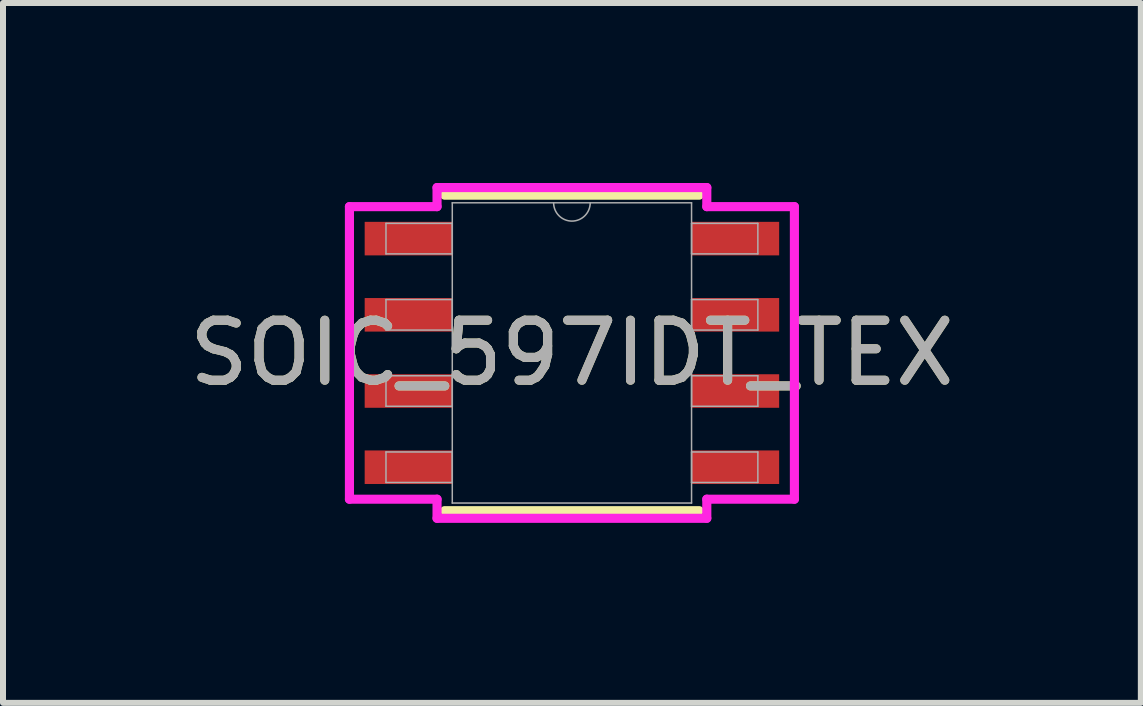
<source format=kicad_pcb>
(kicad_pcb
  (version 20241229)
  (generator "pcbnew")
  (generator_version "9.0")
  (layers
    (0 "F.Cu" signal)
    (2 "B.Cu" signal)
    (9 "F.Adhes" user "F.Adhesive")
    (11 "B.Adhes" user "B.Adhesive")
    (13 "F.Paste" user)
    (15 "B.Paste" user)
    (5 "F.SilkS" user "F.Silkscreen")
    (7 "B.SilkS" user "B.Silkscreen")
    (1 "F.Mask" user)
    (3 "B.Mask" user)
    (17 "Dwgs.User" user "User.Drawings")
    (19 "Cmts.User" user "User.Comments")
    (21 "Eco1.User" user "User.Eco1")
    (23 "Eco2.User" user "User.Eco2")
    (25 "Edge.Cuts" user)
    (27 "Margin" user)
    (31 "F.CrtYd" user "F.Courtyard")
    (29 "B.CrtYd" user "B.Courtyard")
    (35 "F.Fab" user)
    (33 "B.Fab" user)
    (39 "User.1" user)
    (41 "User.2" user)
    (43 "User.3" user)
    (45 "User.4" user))
  (footprint "SOIC_597IDT_TEX"
    (layer "F.Cu")
    (at 6.482 2.832)
    (property "Reference" "SOIC_597IDT_TEX" (at 0 0 0) (unlocked yes) (layer "F.SilkS") (effects (font (size 1 1) (thickness 0.15))))
    (attr smd)
    (fp_line (start -2.121 2.629) (end 2.121 2.629) (stroke (width 0.152) (type solid)) (layer "F.SilkS"))
    (fp_line (start 2.121 -2.629) (end -2.121 -2.629) (stroke (width 0.152) (type solid)) (layer "F.SilkS"))
    (fp_line (start -3.708 -2.438) (end -2.248 -2.438) (stroke (width 0.152) (type solid)) (layer "F.CrtYd"))
    (fp_line (start -3.708 2.438) (end -3.708 -2.438) (stroke (width 0.152) (type solid)) (layer "F.CrtYd"))
    (fp_line (start -3.708 2.438) (end -2.248 2.438) (stroke (width 0.152) (type solid)) (layer "F.CrtYd"))
    (fp_line (start -2.248 -2.756) (end 2.248 -2.756) (stroke (width 0.152) (type solid)) (layer "F.CrtYd"))
    (fp_line (start -2.248 -2.438) (end -2.248 -2.756) (stroke (width 0.152) (type solid)) (layer "F.CrtYd"))
    (fp_line (start -2.248 2.756) (end -2.248 2.438) (stroke (width 0.152) (type solid)) (layer "F.CrtYd"))
    (fp_line (start 2.248 -2.756) (end 2.248 -2.438) (stroke (width 0.152) (type solid)) (layer "F.CrtYd"))
    (fp_line (start 2.248 2.438) (end 2.248 2.756) (stroke (width 0.152) (type solid)) (layer "F.CrtYd"))
    (fp_line (start 2.248 2.756) (end -2.248 2.756) (stroke (width 0.152) (type solid)) (layer "F.CrtYd"))
    (fp_line (start 3.708 -2.438) (end 2.248 -2.438) (stroke (width 0.152) (type solid)) (layer "F.CrtYd"))
    (fp_line (start 3.708 -2.438) (end 3.708 2.438) (stroke (width 0.152) (type solid)) (layer "F.CrtYd"))
    (fp_line (start 3.708 2.438) (end 2.248 2.438) (stroke (width 0.152) (type solid)) (layer "F.CrtYd"))
    (fp_line (start -3.099 -2.159) (end -3.099 -1.651) (stroke (width 0.025) (type solid)) (layer "F.Fab"))
    (fp_line (start -3.099 -1.651) (end -1.994 -1.651) (stroke (width 0.025) (type solid)) (layer "F.Fab"))
    (fp_line (start -3.099 -0.889) (end -3.099 -0.381) (stroke (width 0.025) (type solid)) (layer "F.Fab"))
    (fp_line (start -3.099 -0.381) (end -1.994 -0.381) (stroke (width 0.025) (type solid)) (layer "F.Fab"))
    (fp_line (start -3.099 0.381) (end -3.099 0.889) (stroke (width 0.025) (type solid)) (layer "F.Fab"))
    (fp_line (start -3.099 0.889) (end -1.994 0.889) (stroke (width 0.025) (type solid)) (layer "F.Fab"))
    (fp_line (start -3.099 1.651) (end -3.099 2.159) (stroke (width 0.025) (type solid)) (layer "F.Fab"))
    (fp_line (start -3.099 2.159) (end -1.994 2.159) (stroke (width 0.025) (type solid)) (layer "F.Fab"))
    (fp_line (start -1.994 -2.502) (end -1.994 2.502) (stroke (width 0.025) (type solid)) (layer "F.Fab"))
    (fp_line (start -1.994 -2.159) (end -3.099 -2.159) (stroke (width 0.025) (type solid)) (layer "F.Fab"))
    (fp_line (start -1.994 -1.651) (end -1.994 -2.159) (stroke (width 0.025) (type solid)) (layer "F.Fab"))
    (fp_line (start -1.994 -0.889) (end -3.099 -0.889) (stroke (width 0.025) (type solid)) (layer "F.Fab"))
    (fp_line (start -1.994 -0.381) (end -1.994 -0.889) (stroke (width 0.025) (type solid)) (layer "F.Fab"))
    (fp_line (start -1.994 0.381) (end -3.099 0.381) (stroke (width 0.025) (type solid)) (layer "F.Fab"))
    (fp_line (start -1.994 0.889) (end -1.994 0.381) (stroke (width 0.025) (type solid)) (layer "F.Fab"))
    (fp_line (start -1.994 1.651) (end -3.099 1.651) (stroke (width 0.025) (type solid)) (layer "F.Fab"))
    (fp_line (start -1.994 2.159) (end -1.994 1.651) (stroke (width 0.025) (type solid)) (layer "F.Fab"))
    (fp_line (start -1.994 2.502) (end 1.994 2.502) (stroke (width 0.025) (type solid)) (layer "F.Fab"))
    (fp_line (start 1.994 -2.502) (end -1.994 -2.502) (stroke (width 0.025) (type solid)) (layer "F.Fab"))
    (fp_line (start 1.994 -2.159) (end 1.994 -1.651) (stroke (width 0.025) (type solid)) (layer "F.Fab"))
    (fp_line (start 1.994 -1.651) (end 3.099 -1.651) (stroke (width 0.025) (type solid)) (layer "F.Fab"))
    (fp_line (start 1.994 -0.889) (end 1.994 -0.381) (stroke (width 0.025) (type solid)) (layer "F.Fab"))
    (fp_line (start 1.994 -0.381) (end 3.099 -0.381) (stroke (width 0.025) (type solid)) (layer "F.Fab"))
    (fp_line (start 1.994 0.381) (end 1.994 0.889) (stroke (width 0.025) (type solid)) (layer "F.Fab"))
    (fp_line (start 1.994 0.889) (end 3.099 0.889) (stroke (width 0.025) (type solid)) (layer "F.Fab"))
    (fp_line (start 1.994 1.651) (end 1.994 2.159) (stroke (width 0.025) (type solid)) (layer "F.Fab"))
    (fp_line (start 1.994 2.159) (end 3.099 2.159) (stroke (width 0.025) (type solid)) (layer "F.Fab"))
    (fp_line (start 1.994 2.502) (end 1.994 -2.502) (stroke (width 0.025) (type solid)) (layer "F.Fab"))
    (fp_line (start 3.099 -2.159) (end 1.994 -2.159) (stroke (width 0.025) (type solid)) (layer "F.Fab"))
    (fp_line (start 3.099 -1.651) (end 3.099 -2.159) (stroke (width 0.025) (type solid)) (layer "F.Fab"))
    (fp_line (start 3.099 -0.889) (end 1.994 -0.889) (stroke (width 0.025) (type solid)) (layer "F.Fab"))
    (fp_line (start 3.099 -0.381) (end 3.099 -0.889) (stroke (width 0.025) (type solid)) (layer "F.Fab"))
    (fp_line (start 3.099 0.381) (end 1.994 0.381) (stroke (width 0.025) (type solid)) (layer "F.Fab"))
    (fp_line (start 3.099 0.889) (end 3.099 0.381) (stroke (width 0.025) (type solid)) (layer "F.Fab"))
    (fp_line (start 3.099 1.651) (end 1.994 1.651) (stroke (width 0.025) (type solid)) (layer "F.Fab"))
    (fp_line (start 3.099 2.159) (end 3.099 1.651) (stroke (width 0.025) (type solid)) (layer "F.Fab"))
    (fp_arc (start 0.3048 -2.5019) (mid 0 -2.1971) (end -0.3048 -2.5019) (stroke (width 0.0254) (type solid)) (layer "F.Fab"))
    (fp_text user "${REFERENCE}" (at 0 0 0) (unlocked yes) (layer "F.Fab") (effects (font (size 1 1) (thickness 0.15))))
    (pad "1" smd rect (at -2.724 -1.905) (size 1.46 0.559) (layers "F.Cu" "F.Mask" "F.Paste"))
    (pad "2" smd rect (at -2.724 -0.635) (size 1.46 0.559) (layers "F.Cu" "F.Mask" "F.Paste"))
    (pad "3" smd rect (at -2.724 0.635) (size 1.46 0.559) (layers "F.Cu" "F.Mask" "F.Paste"))
    (pad "4" smd rect (at -2.724 1.905) (size 1.46 0.559) (layers "F.Cu" "F.Mask" "F.Paste"))
    (pad "5" smd rect (at 2.724 1.905) (size 1.46 0.559) (layers "F.Cu" "F.Mask" "F.Paste"))
    (pad "6" smd rect (at 2.724 0.635) (size 1.46 0.559) (layers "F.Cu" "F.Mask" "F.Paste"))
    (pad "7" smd rect (at 2.724 -0.635) (size 1.46 0.559) (layers "F.Cu" "F.Mask" "F.Paste"))
    (pad "8" smd rect (at 2.724 -1.905) (size 1.46 0.559) (layers "F.Cu" "F.Mask" "F.Paste")))
  (gr_rect
    (start -3 -3)
    (end 15.964 8.664)
    (stroke (width 0.1) (type default))
    (fill no)
    (layer "Edge.Cuts")))
</source>
